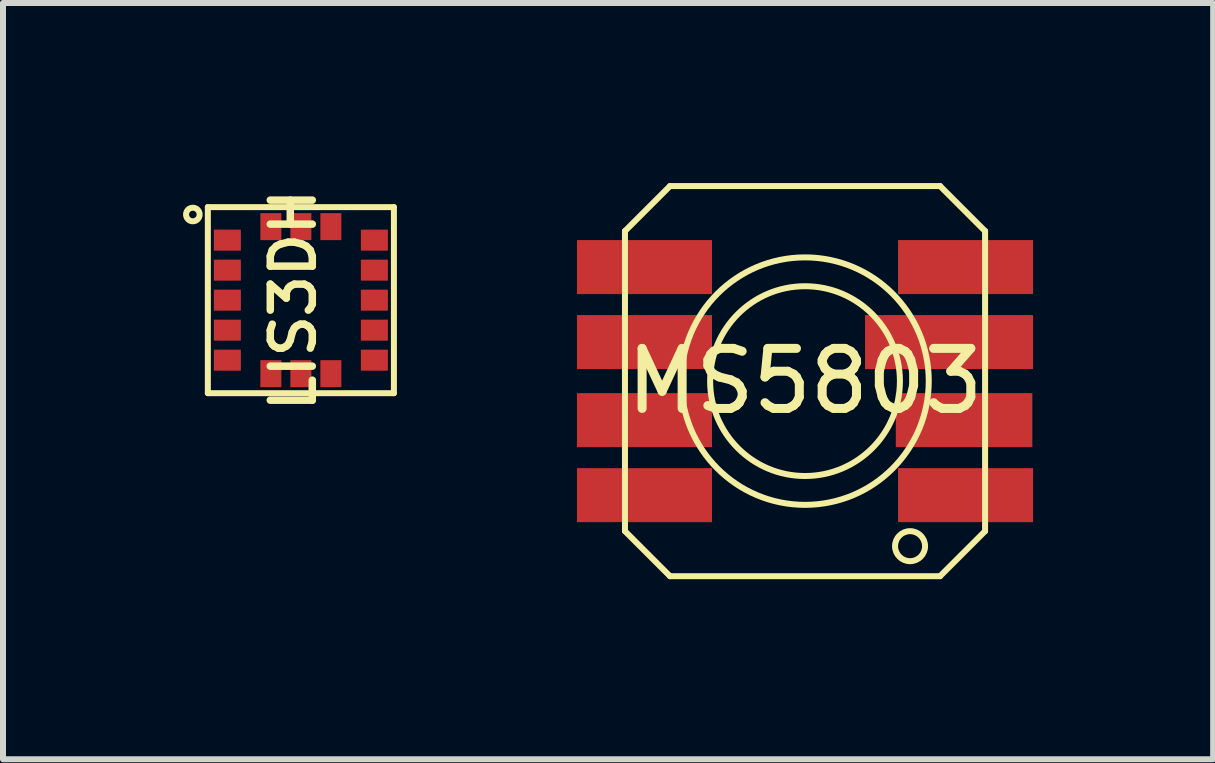
<source format=kicad_pcb>
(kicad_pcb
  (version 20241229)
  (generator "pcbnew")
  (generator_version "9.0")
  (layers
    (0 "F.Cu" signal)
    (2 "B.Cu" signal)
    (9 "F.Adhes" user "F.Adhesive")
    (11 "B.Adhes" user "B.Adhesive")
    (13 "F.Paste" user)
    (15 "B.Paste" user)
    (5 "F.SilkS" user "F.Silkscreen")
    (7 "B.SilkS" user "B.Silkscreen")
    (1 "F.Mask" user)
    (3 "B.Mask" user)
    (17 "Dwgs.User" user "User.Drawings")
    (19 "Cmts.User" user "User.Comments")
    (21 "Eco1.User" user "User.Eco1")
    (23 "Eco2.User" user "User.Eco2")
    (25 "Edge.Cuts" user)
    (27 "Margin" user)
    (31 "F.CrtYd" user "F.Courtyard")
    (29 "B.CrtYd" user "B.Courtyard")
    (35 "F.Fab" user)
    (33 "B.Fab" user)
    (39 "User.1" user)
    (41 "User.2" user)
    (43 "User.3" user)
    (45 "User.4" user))
  (footprint "MS5803"
    (layer "F.Cu")
    (at 10.363 3.3)
    (property "Reference" "MS5803" (at 0 0 0) (layer "F.SilkS") (effects (font (size 1 1) (thickness 0.15))))
    (attr through_hole)
    (fp_line (start -3 -2.5) (end -3 2.5) (stroke (width 0.1) (type solid)) (layer "F.SilkS"))
    (fp_line (start -3 2.5) (end -2.25 3.25) (stroke (width 0.1) (type solid)) (layer "F.SilkS"))
    (fp_line (start -2.25 -3.25) (end -3 -2.5) (stroke (width 0.1) (type solid)) (layer "F.SilkS"))
    (fp_line (start -2.25 3.25) (end 2.25 3.25) (stroke (width 0.1) (type solid)) (layer "F.SilkS"))
    (fp_line (start 2.25 -3.25) (end -2.25 -3.25) (stroke (width 0.1) (type solid)) (layer "F.SilkS"))
    (fp_line (start 2.25 3.25) (end 3 2.5) (stroke (width 0.1) (type solid)) (layer "F.SilkS"))
    (fp_line (start 3 -2.5) (end 2.25 -3.25) (stroke (width 0.1) (type solid)) (layer "F.SilkS"))
    (fp_line (start 3 2.5) (end 3 -2.5) (stroke (width 0.1) (type solid)) (layer "F.SilkS"))
    (fp_circle (center 0 0) (end -0.5 -2) (stroke (width 0.1) (type solid)) (fill no) (layer "F.SilkS"))
    (fp_circle (center 0 0) (end -0.5 -1.5) (stroke (width 0.1) (type solid)) (fill no) (layer "F.SilkS"))
    (fp_circle (center 1.75 2.75) (end 1.5 2.75) (stroke (width 0.1) (type solid)) (fill no) (layer "F.SilkS"))
    (pad "1" smd rect (at 2.675 1.9) (size 2.25 0.9) (layers "F.Cu" "F.Mask" "F.Paste"))
    (pad "2" smd rect (at 2.65 0.65) (size 2.275 0.9) (layers "F.Cu" "F.Mask" "F.Paste"))
    (pad "3" smd rect (at 2.4 -0.65) (size 2.8 0.9) (layers "F.Cu" "F.Mask" "F.Paste"))
    (pad "4" smd rect (at 2.675 -1.9) (size 2.25 0.9) (layers "F.Cu" "F.Mask" "F.Paste"))
    (pad "5" smd rect (at -2.675 -1.9) (size 2.25 0.9) (layers "F.Cu" "F.Mask" "F.Paste"))
    (pad "6" smd rect (at -2.675 -0.65) (size 2.25 0.9) (layers "F.Cu" "F.Mask" "F.Paste"))
    (pad "7" smd rect (at -2.675 0.65) (size 2.25 0.9) (layers "F.Cu" "F.Mask" "F.Paste"))
    (pad "8" smd rect (at -2.675 1.9) (size 2.25 0.9) (layers "F.Cu" "F.Mask" "F.Paste")))
  (footprint "LIS3DH"
    (layer "F.Cu")
    (at 1.963 1.951)
    (property "Reference" "LIS3DH" (at -0.127 0 90) (layer "F.SilkS") (effects (font (size 0.7 0.7) (thickness 0.125))))
    (attr through_hole)
    (fp_line (start -1.55 -1.55) (end -1.55 1.55) (stroke (width 0.1) (type solid)) (layer "F.SilkS"))
    (fp_line (start -1.55 -1.55) (end 1.55 -1.55) (stroke (width 0.1) (type solid)) (layer "F.SilkS"))
    (fp_line (start -1.55 1.55) (end 1.55 1.55) (stroke (width 0.1) (type solid)) (layer "F.SilkS"))
    (fp_line (start 1.55 -1.55) (end 1.55 1.55) (stroke (width 0.1) (type solid)) (layer "F.SilkS"))
    (fp_circle (center -1.8 -1.427) (end -1.72 -1.347) (stroke (width 0.1) (type solid)) (fill no) (layer "F.SilkS"))
    (pad "1" smd rect (at -1.225 -1) (size 0.45 0.35) (layers "F.Cu" "F.Mask" "F.Paste"))
    (pad "2" smd rect (at -1.225 -0.5) (size 0.45 0.35) (layers "F.Cu" "F.Mask" "F.Paste"))
    (pad "3" smd rect (at -1.225 0) (size 0.45 0.35) (layers "F.Cu" "F.Mask" "F.Paste"))
    (pad "4" smd rect (at -1.225 0.5) (size 0.45 0.35) (layers "F.Cu" "F.Mask" "F.Paste"))
    (pad "5" smd rect (at -1.225 1) (size 0.45 0.35) (layers "F.Cu" "F.Mask" "F.Paste"))
    (pad "6" smd rect (at -0.5 1.225 90) (size 0.45 0.35) (layers "F.Cu" "F.Mask" "F.Paste"))
    (pad "7" smd rect (at 0 1.225 90) (size 0.45 0.35) (layers "F.Cu" "F.Mask" "F.Paste"))
    (pad "8" smd rect (at 0.5 1.225 90) (size 0.45 0.35) (layers "F.Cu" "F.Mask" "F.Paste"))
    (pad "9" smd rect (at 1.225 1) (size 0.45 0.35) (layers "F.Cu" "F.Mask" "F.Paste"))
    (pad "10" smd rect (at 1.225 0.5) (size 0.45 0.35) (layers "F.Cu" "F.Mask" "F.Paste"))
    (pad "11" smd rect (at 1.225 0) (size 0.45 0.35) (layers "F.Cu" "F.Mask" "F.Paste"))
    (pad "12" smd rect (at 1.225 -0.5) (size 0.45 0.35) (layers "F.Cu" "F.Mask" "F.Paste"))
    (pad "13" smd rect (at 1.225 -1) (size 0.45 0.35) (layers "F.Cu" "F.Mask" "F.Paste"))
    (pad "14" smd rect (at 0.5 -1.225 90) (size 0.45 0.35) (layers "F.Cu" "F.Mask" "F.Paste"))
    (pad "15" smd rect (at 0 -1.225 90) (size 0.45 0.35) (layers "F.Cu" "F.Mask" "F.Paste"))
    (pad "16" smd rect (at -0.5 -1.225 90) (size 0.45 0.35) (layers "F.Cu" "F.Mask" "F.Paste")))
  (gr_rect
    (start -3 -3)
    (end 17.163 9.6)
    (stroke (width 0.1) (type default))
    (fill no)
    (layer "Edge.Cuts")))
</source>
